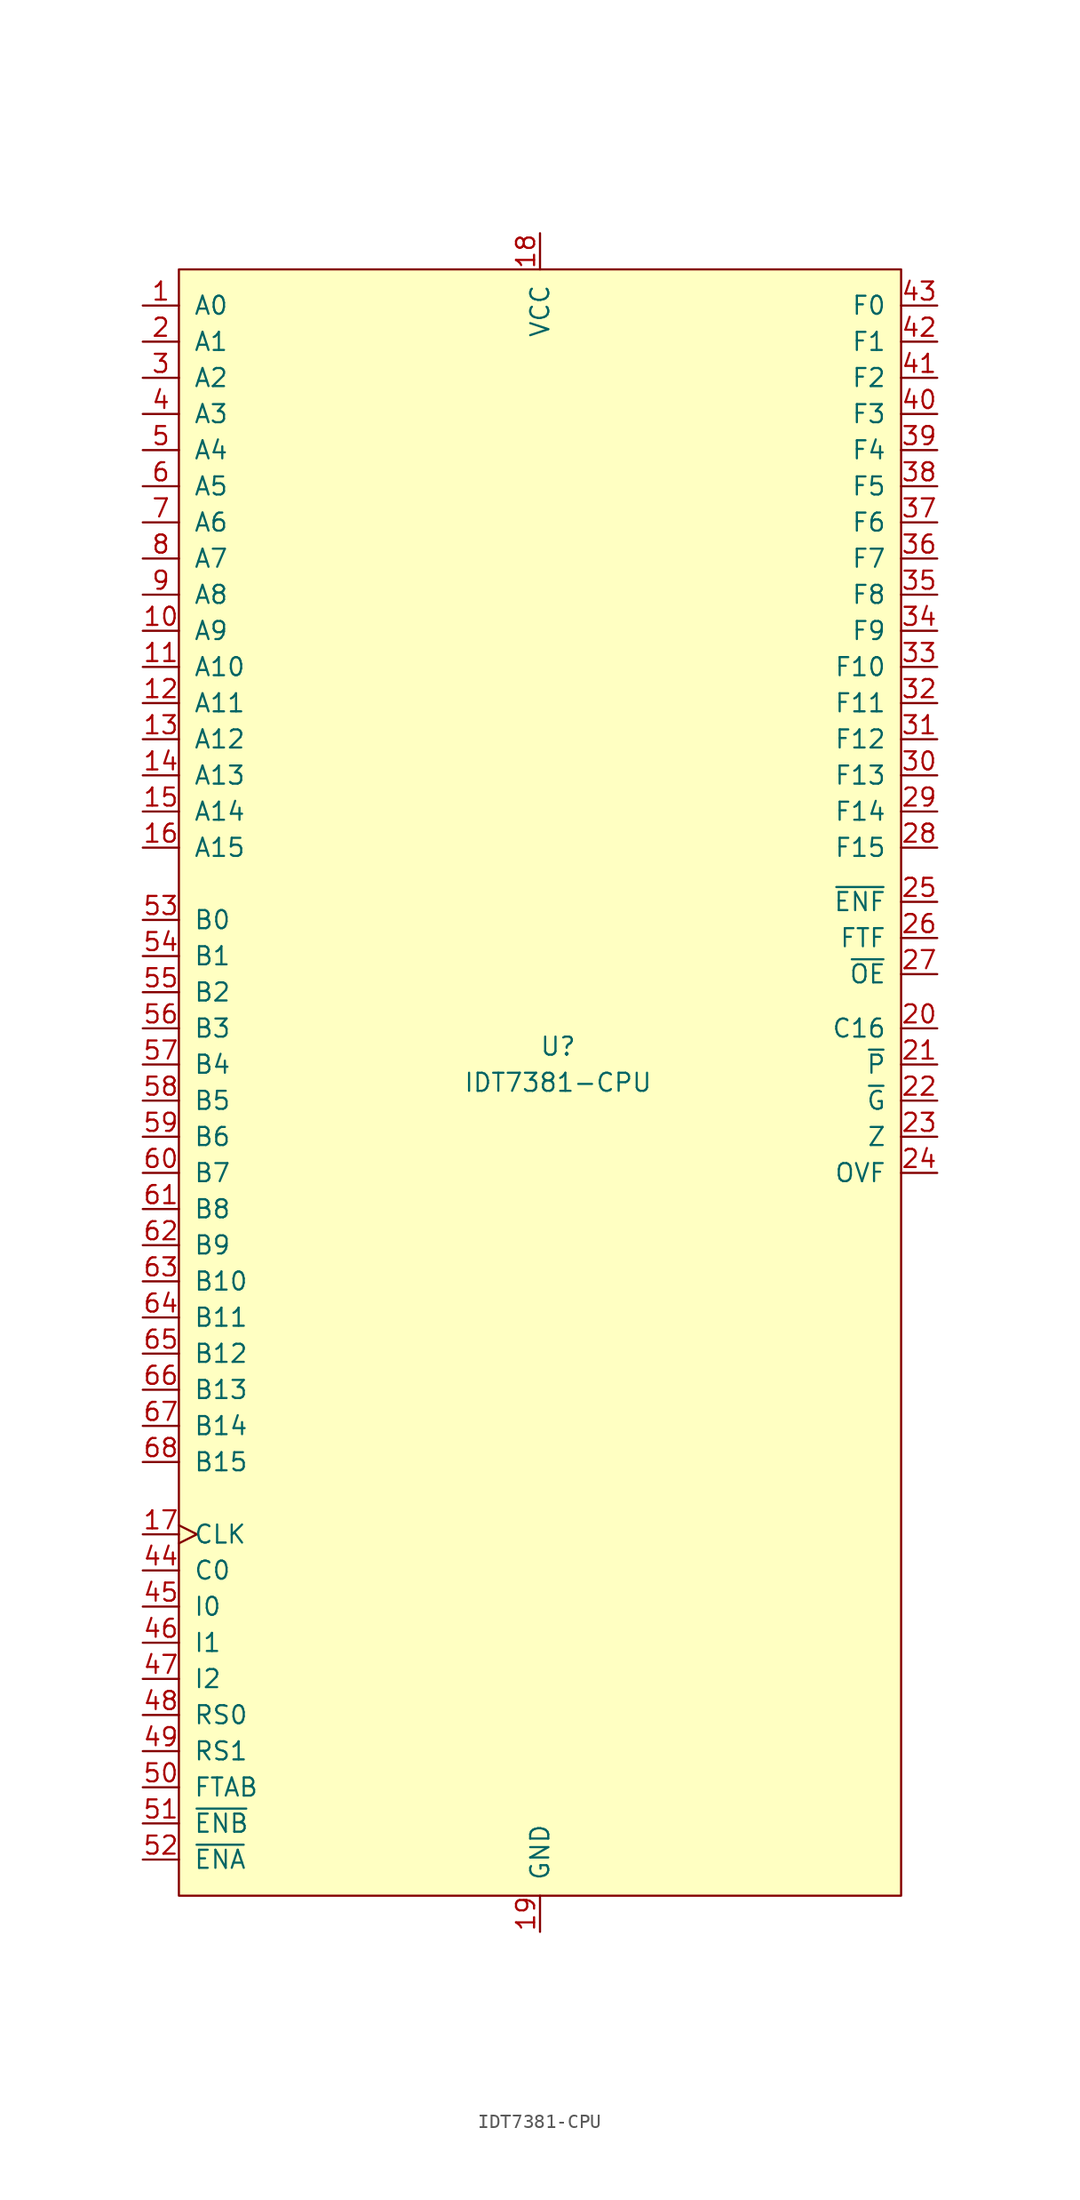
<source format=kicad_sym>
(kicad_symbol_lib
  (version 20220914)
  (generator kicad_symbol_editor)
  (symbol "IDT7381-CPU"
    (pin_names
      (offset 1.016))
    (property "Reference" "U"
      (at 1.27 2.54 0)
      (effects (font (size 1.27 1.27))))
    (property "Value" "IDT7381-CPU"
      (at 1.27 0 0)
      (effects (font (size 1.27 1.27))))
    (symbol "IDT7381-CPU_0_1"
      (rectangle (start -25.4 57.15) (end 25.4 -57.15) (stroke (width 0) (type solid)) (fill (type background))))
    (symbol "IDT7381-CPU_1_1"
      (pin input line (at -27.94 54.61 0) (length 2.54) (name "A0" (effects (font (size 1.27 1.27)))) (number "1" (effects (font (size 1.27 1.27)))))
      (pin input line (at -27.94 31.75 0) (length 2.54) (name "A9" (effects (font (size 1.27 1.27)))) (number "10" (effects (font (size 1.27 1.27)))))
      (pin input line (at -27.94 29.21 0) (length 2.54) (name "A10" (effects (font (size 1.27 1.27)))) (number "11" (effects (font (size 1.27 1.27)))))
      (pin input line (at -27.94 26.67 0) (length 2.54) (name "A11" (effects (font (size 1.27 1.27)))) (number "12" (effects (font (size 1.27 1.27)))))
      (pin input line (at -27.94 24.13 0) (length 2.54) (name "A12" (effects (font (size 1.27 1.27)))) (number "13" (effects (font (size 1.27 1.27)))))
      (pin input line (at -27.94 21.59 0) (length 2.54) (name "A13" (effects (font (size 1.27 1.27)))) (number "14" (effects (font (size 1.27 1.27)))))
      (pin input line (at -27.94 19.05 0) (length 2.54) (name "A14" (effects (font (size 1.27 1.27)))) (number "15" (effects (font (size 1.27 1.27)))))
      (pin input line (at -27.94 16.51 0) (length 2.54) (name "A15" (effects (font (size 1.27 1.27)))) (number "16" (effects (font (size 1.27 1.27)))))
      (pin input clock (at -27.94 -31.75 0) (length 2.54) (name "CLK" (effects (font (size 1.27 1.27)))) (number "17" (effects (font (size 1.27 1.27)))))
      (pin power_in line (at 0 59.69 270) (length 2.54) (name "VCC" (effects (font (size 1.27 1.27)))) (number "18" (effects (font (size 1.27 1.27)))))
      (pin power_in line (at 0 -59.69 90) (length 2.54) (name "GND" (effects (font (size 1.27 1.27)))) (number "19" (effects (font (size 1.27 1.27)))))
      (pin input line (at -27.94 52.07 0) (length 2.54) (name "A1" (effects (font (size 1.27 1.27)))) (number "2" (effects (font (size 1.27 1.27)))))
      (pin output line (at 27.94 3.81 180) (length 2.54) (name "C16" (effects (font (size 1.27 1.27)))) (number "20" (effects (font (size 1.27 1.27)))))
      (pin output line (at 27.94 1.27 180) (length 2.54) (name "~{P}" (effects (font (size 1.27 1.27)))) (number "21" (effects (font (size 1.27 1.27)))))
      (pin output line (at 27.94 -1.27 180) (length 2.54) (name "~{G}" (effects (font (size 1.27 1.27)))) (number "22" (effects (font (size 1.27 1.27)))))
      (pin output line (at 27.94 -3.81 180) (length 2.54) (name "Z" (effects (font (size 1.27 1.27)))) (number "23" (effects (font (size 1.27 1.27)))))
      (pin output line (at 27.94 -6.35 180) (length 2.54) (name "OVF" (effects (font (size 1.27 1.27)))) (number "24" (effects (font (size 1.27 1.27)))))
      (pin input line (at 27.94 12.7 180) (length 2.54) (name "~{ENF}" (effects (font (size 1.27 1.27)))) (number "25" (effects (font (size 1.27 1.27)))))
      (pin input line (at 27.94 10.16 180) (length 2.54) (name "FTF" (effects (font (size 1.27 1.27)))) (number "26" (effects (font (size 1.27 1.27)))))
      (pin input line (at 27.94 7.62 180) (length 2.54) (name "~{OE}" (effects (font (size 1.27 1.27)))) (number "27" (effects (font (size 1.27 1.27)))))
      (pin tri_state line (at 27.94 16.51 180) (length 2.54) (name "F15" (effects (font (size 1.27 1.27)))) (number "28" (effects (font (size 1.27 1.27)))))
      (pin tri_state line (at 27.94 19.05 180) (length 2.54) (name "F14" (effects (font (size 1.27 1.27)))) (number "29" (effects (font (size 1.27 1.27)))))
      (pin input line (at -27.94 49.53 0) (length 2.54) (name "A2" (effects (font (size 1.27 1.27)))) (number "3" (effects (font (size 1.27 1.27)))))
      (pin tri_state line (at 27.94 21.59 180) (length 2.54) (name "F13" (effects (font (size 1.27 1.27)))) (number "30" (effects (font (size 1.27 1.27)))))
      (pin tri_state line (at 27.94 24.13 180) (length 2.54) (name "F12" (effects (font (size 1.27 1.27)))) (number "31" (effects (font (size 1.27 1.27)))))
      (pin tri_state line (at 27.94 26.67 180) (length 2.54) (name "F11" (effects (font (size 1.27 1.27)))) (number "32" (effects (font (size 1.27 1.27)))))
      (pin tri_state line (at 27.94 29.21 180) (length 2.54) (name "F10" (effects (font (size 1.27 1.27)))) (number "33" (effects (font (size 1.27 1.27)))))
      (pin tri_state line (at 27.94 31.75 180) (length 2.54) (name "F9" (effects (font (size 1.27 1.27)))) (number "34" (effects (font (size 1.27 1.27)))))
      (pin tri_state line (at 27.94 34.29 180) (length 2.54) (name "F8" (effects (font (size 1.27 1.27)))) (number "35" (effects (font (size 1.27 1.27)))))
      (pin tri_state line (at 27.94 36.83 180) (length 2.54) (name "F7" (effects (font (size 1.27 1.27)))) (number "36" (effects (font (size 1.27 1.27)))))
      (pin tri_state line (at 27.94 39.37 180) (length 2.54) (name "F6" (effects (font (size 1.27 1.27)))) (number "37" (effects (font (size 1.27 1.27)))))
      (pin tri_state line (at 27.94 41.91 180) (length 2.54) (name "F5" (effects (font (size 1.27 1.27)))) (number "38" (effects (font (size 1.27 1.27)))))
      (pin tri_state line (at 27.94 44.45 180) (length 2.54) (name "F4" (effects (font (size 1.27 1.27)))) (number "39" (effects (font (size 1.27 1.27)))))
      (pin input line (at -27.94 46.99 0) (length 2.54) (name "A3" (effects (font (size 1.27 1.27)))) (number "4" (effects (font (size 1.27 1.27)))))
      (pin tri_state line (at 27.94 46.99 180) (length 2.54) (name "F3" (effects (font (size 1.27 1.27)))) (number "40" (effects (font (size 1.27 1.27)))))
      (pin tri_state line (at 27.94 49.53 180) (length 2.54) (name "F2" (effects (font (size 1.27 1.27)))) (number "41" (effects (font (size 1.27 1.27)))))
      (pin tri_state line (at 27.94 52.07 180) (length 2.54) (name "F1" (effects (font (size 1.27 1.27)))) (number "42" (effects (font (size 1.27 1.27)))))
      (pin tri_state line (at 27.94 54.61 180) (length 2.54) (name "F0" (effects (font (size 1.27 1.27)))) (number "43" (effects (font (size 1.27 1.27)))))
      (pin input line (at -27.94 -34.29 0) (length 2.54) (name "C0" (effects (font (size 1.27 1.27)))) (number "44" (effects (font (size 1.27 1.27)))))
      (pin input line (at -27.94 -36.83 0) (length 2.54) (name "I0" (effects (font (size 1.27 1.27)))) (number "45" (effects (font (size 1.27 1.27)))))
      (pin input line (at -27.94 -39.37 0) (length 2.54) (name "I1" (effects (font (size 1.27 1.27)))) (number "46" (effects (font (size 1.27 1.27)))))
      (pin input line (at -27.94 -41.91 0) (length 2.54) (name "I2" (effects (font (size 1.27 1.27)))) (number "47" (effects (font (size 1.27 1.27)))))
      (pin input line (at -27.94 -44.45 0) (length 2.54) (name "RS0" (effects (font (size 1.27 1.27)))) (number "48" (effects (font (size 1.27 1.27)))))
      (pin input line (at -27.94 -46.99 0) (length 2.54) (name "RS1" (effects (font (size 1.27 1.27)))) (number "49" (effects (font (size 1.27 1.27)))))
      (pin input line (at -27.94 44.45 0) (length 2.54) (name "A4" (effects (font (size 1.27 1.27)))) (number "5" (effects (font (size 1.27 1.27)))))
      (pin input line (at -27.94 -49.53 0) (length 2.54) (name "FTAB" (effects (font (size 1.27 1.27)))) (number "50" (effects (font (size 1.27 1.27)))))
      (pin input line (at -27.94 -52.07 0) (length 2.54) (name "~{ENB}" (effects (font (size 1.27 1.27)))) (number "51" (effects (font (size 1.27 1.27)))))
      (pin input line (at -27.94 -54.61 0) (length 2.54) (name "~{ENA}" (effects (font (size 1.27 1.27)))) (number "52" (effects (font (size 1.27 1.27)))))
      (pin input line (at -27.94 11.43 0) (length 2.54) (name "B0" (effects (font (size 1.27 1.27)))) (number "53" (effects (font (size 1.27 1.27)))))
      (pin input line (at -27.94 8.89 0) (length 2.54) (name "B1" (effects (font (size 1.27 1.27)))) (number "54" (effects (font (size 1.27 1.27)))))
      (pin input line (at -27.94 6.35 0) (length 2.54) (name "B2" (effects (font (size 1.27 1.27)))) (number "55" (effects (font (size 1.27 1.27)))))
      (pin input line (at -27.94 3.81 0) (length 2.54) (name "B3" (effects (font (size 1.27 1.27)))) (number "56" (effects (font (size 1.27 1.27)))))
      (pin input line (at -27.94 1.27 0) (length 2.54) (name "B4" (effects (font (size 1.27 1.27)))) (number "57" (effects (font (size 1.27 1.27)))))
      (pin input line (at -27.94 -1.27 0) (length 2.54) (name "B5" (effects (font (size 1.27 1.27)))) (number "58" (effects (font (size 1.27 1.27)))))
      (pin input line (at -27.94 -3.81 0) (length 2.54) (name "B6" (effects (font (size 1.27 1.27)))) (number "59" (effects (font (size 1.27 1.27)))))
      (pin input line (at -27.94 41.91 0) (length 2.54) (name "A5" (effects (font (size 1.27 1.27)))) (number "6" (effects (font (size 1.27 1.27)))))
      (pin input line (at -27.94 -6.35 0) (length 2.54) (name "B7" (effects (font (size 1.27 1.27)))) (number "60" (effects (font (size 1.27 1.27)))))
      (pin input line (at -27.94 -8.89 0) (length 2.54) (name "B8" (effects (font (size 1.27 1.27)))) (number "61" (effects (font (size 1.27 1.27)))))
      (pin input line (at -27.94 -11.43 0) (length 2.54) (name "B9" (effects (font (size 1.27 1.27)))) (number "62" (effects (font (size 1.27 1.27)))))
      (pin input line (at -27.94 -13.97 0) (length 2.54) (name "B10" (effects (font (size 1.27 1.27)))) (number "63" (effects (font (size 1.27 1.27)))))
      (pin input line (at -27.94 -16.51 0) (length 2.54) (name "B11" (effects (font (size 1.27 1.27)))) (number "64" (effects (font (size 1.27 1.27)))))
      (pin input line (at -27.94 -19.05 0) (length 2.54) (name "B12" (effects (font (size 1.27 1.27)))) (number "65" (effects (font (size 1.27 1.27)))))
      (pin input line (at -27.94 -21.59 0) (length 2.54) (name "B13" (effects (font (size 1.27 1.27)))) (number "66" (effects (font (size 1.27 1.27)))))
      (pin input line (at -27.94 -24.13 0) (length 2.54) (name "B14" (effects (font (size 1.27 1.27)))) (number "67" (effects (font (size 1.27 1.27)))))
      (pin input line (at -27.94 -26.67 0) (length 2.54) (name "B15" (effects (font (size 1.27 1.27)))) (number "68" (effects (font (size 1.27 1.27)))))
      (pin input line (at -27.94 39.37 0) (length 2.54) (name "A6" (effects (font (size 1.27 1.27)))) (number "7" (effects (font (size 1.27 1.27)))))
      (pin input line (at -27.94 36.83 0) (length 2.54) (name "A7" (effects (font (size 1.27 1.27)))) (number "8" (effects (font (size 1.27 1.27)))))
      (pin input line (at -27.94 34.29 0) (length 2.54) (name "A8" (effects (font (size 1.27 1.27)))) (number "9" (effects (font (size 1.27 1.27))))))))
</source>
